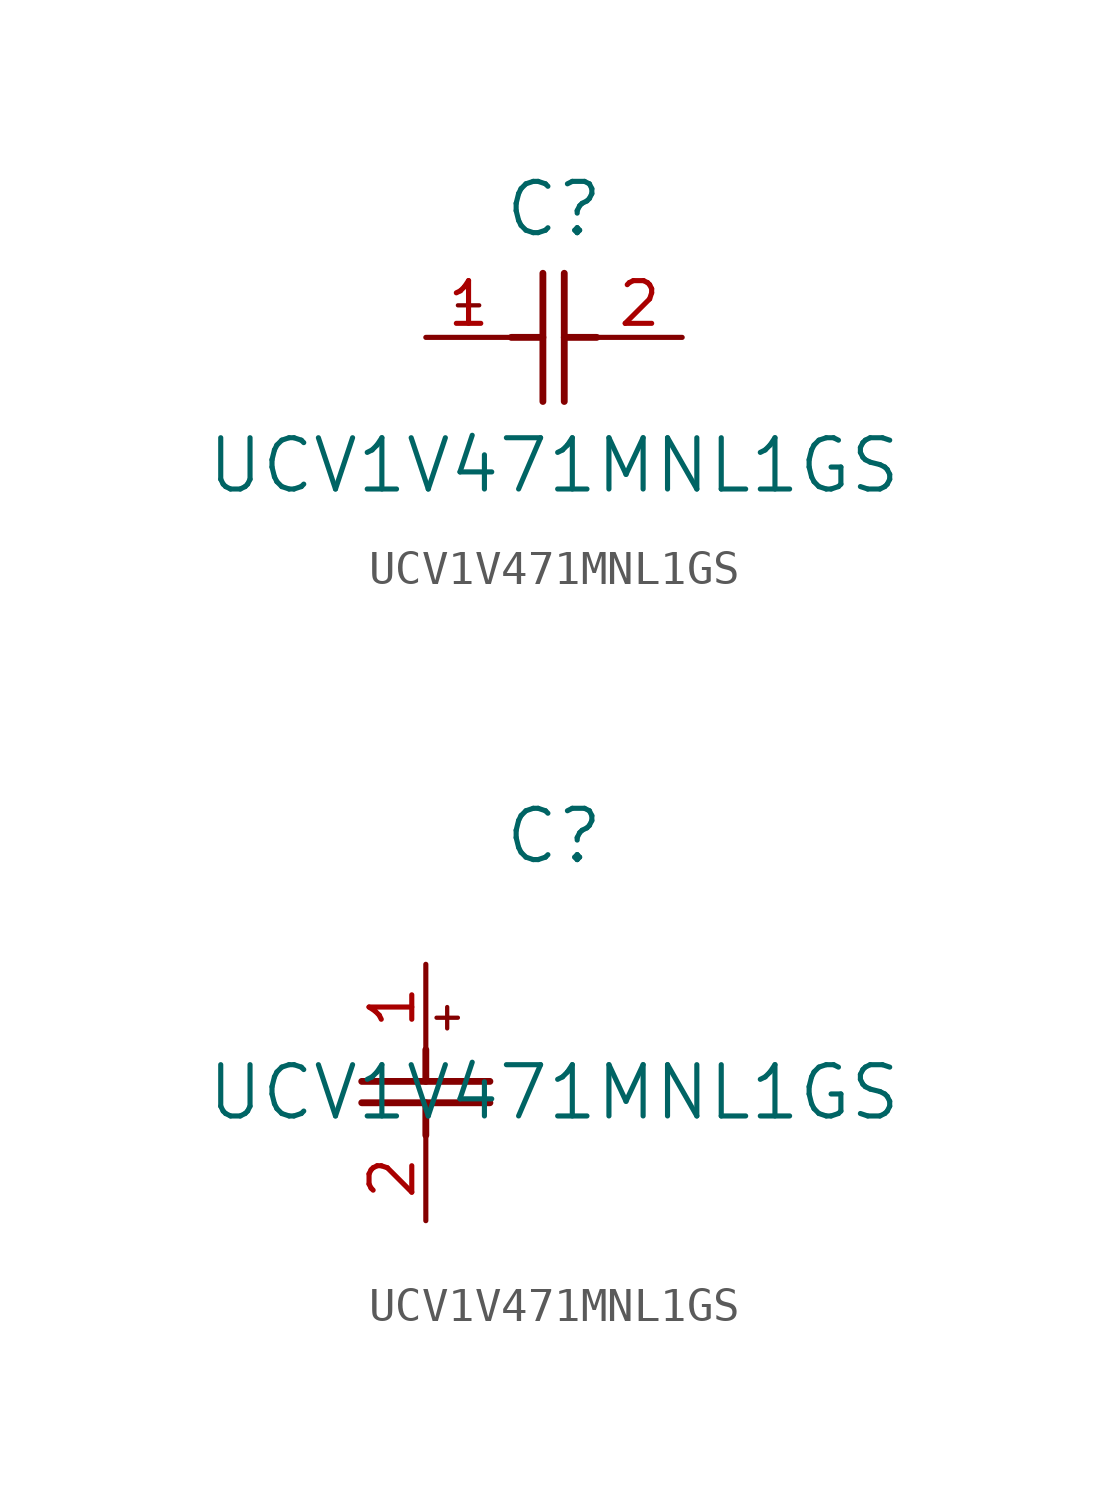
<source format=kicad_sym>
(kicad_symbol_lib
  (version 20211014)
  (generator kicad_symbol_editor)
  (symbol "UCV1V471MNL1GS"
    (pin_names
      (offset 0.254))
    (property "Reference" "C"
      (at 3.81 3.81 0)
      (effects (font (size 1.524 1.524))))
    (property "Value" "UCV1V471MNL1GS"
      (at 3.81 -3.81 0)
      (effects (font (size 1.524 1.524))))
    (symbol "UCV1V471MNL1GS_1_1"
      (polyline (pts (xy 3.48 -1.905) (xy 3.48 1.905)) (stroke (width 0.203) (type default) (color 0 0 0 0)) (fill (type none)))
      (polyline (pts (xy 4.115 -1.905) (xy 4.115 1.905)) (stroke (width 0.203) (type default) (color 0 0 0 0)) (fill (type none)))
      (polyline (pts (xy 4.115 0) (xy 5.08 0)) (stroke (width 0.203) (type default) (color 0 0 0 0)) (fill (type none)))
      (polyline (pts (xy 2.54 0) (xy 3.48 0)) (stroke (width 0.203) (type default) (color 0 0 0 0)) (fill (type none)))
      (polyline (pts (xy 1.27 1.27) (xy 1.27 0.635)) (stroke (width 0.127) (type default) (color 0 0 0 0)) (fill (type none)))
      (polyline (pts (xy 0.953 0.953) (xy 1.587 0.953)) (stroke (width 0.127) (type default) (color 0 0 0 0)) (fill (type none)))
      (pin unspecified line (at 0 0 0) (length 2.54) (name "" (effects (font (size 1.27 1.27)))) (number "1" (effects (font (size 1.27 1.27)))))
      (pin unspecified line (at 7.62 0 180) (length 2.54) (name "" (effects (font (size 1.27 1.27)))) (number "2" (effects (font (size 1.27 1.27))))))
    (symbol "UCV1V471MNL1GS_1_2"
      (polyline (pts (xy -1.905 -3.48) (xy 1.905 -3.48)) (stroke (width 0.203) (type default) (color 0 0 0 0)) (fill (type none)))
      (polyline (pts (xy -1.905 -4.115) (xy 1.905 -4.115)) (stroke (width 0.203) (type default) (color 0 0 0 0)) (fill (type none)))
      (polyline (pts (xy 0 -4.115) (xy 0 -5.08)) (stroke (width 0.203) (type default) (color 0 0 0 0)) (fill (type none)))
      (polyline (pts (xy 0 -2.54) (xy 0 -3.48)) (stroke (width 0.203) (type default) (color 0 0 0 0)) (fill (type none)))
      (polyline (pts (xy 0.635 -1.27) (xy 0.635 -1.905)) (stroke (width 0.127) (type default) (color 0 0 0 0)) (fill (type none)))
      (polyline (pts (xy 0.318 -1.587) (xy 0.953 -1.587)) (stroke (width 0.127) (type default) (color 0 0 0 0)) (fill (type none)))
      (pin unspecified line (at 0 0 270) (length 2.54) (name "" (effects (font (size 1.27 1.27)))) (number "1" (effects (font (size 1.27 1.27)))))
      (pin unspecified line (at 0 -7.62 90) (length 2.54) (name "" (effects (font (size 1.27 1.27)))) (number "2" (effects (font (size 1.27 1.27))))))))
</source>
